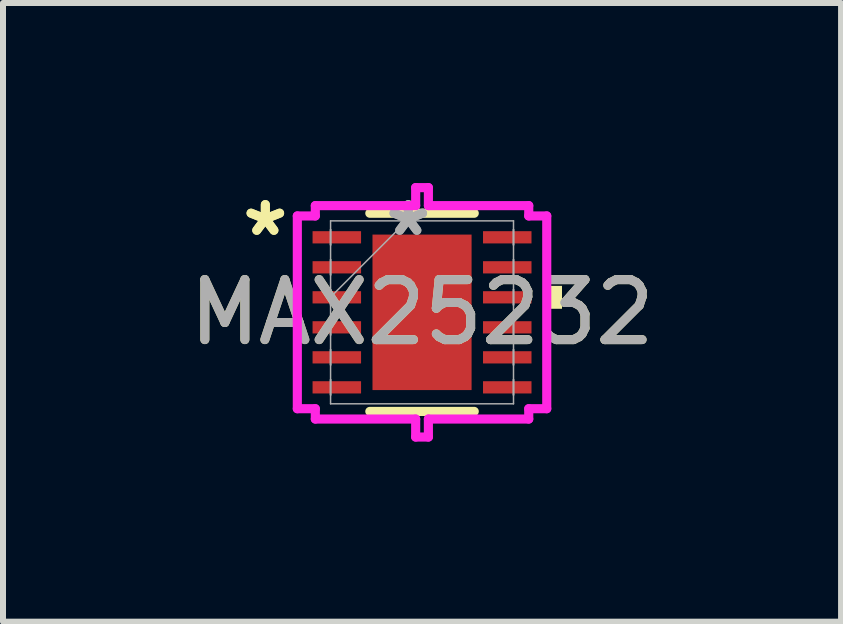
<source format=kicad_pcb>
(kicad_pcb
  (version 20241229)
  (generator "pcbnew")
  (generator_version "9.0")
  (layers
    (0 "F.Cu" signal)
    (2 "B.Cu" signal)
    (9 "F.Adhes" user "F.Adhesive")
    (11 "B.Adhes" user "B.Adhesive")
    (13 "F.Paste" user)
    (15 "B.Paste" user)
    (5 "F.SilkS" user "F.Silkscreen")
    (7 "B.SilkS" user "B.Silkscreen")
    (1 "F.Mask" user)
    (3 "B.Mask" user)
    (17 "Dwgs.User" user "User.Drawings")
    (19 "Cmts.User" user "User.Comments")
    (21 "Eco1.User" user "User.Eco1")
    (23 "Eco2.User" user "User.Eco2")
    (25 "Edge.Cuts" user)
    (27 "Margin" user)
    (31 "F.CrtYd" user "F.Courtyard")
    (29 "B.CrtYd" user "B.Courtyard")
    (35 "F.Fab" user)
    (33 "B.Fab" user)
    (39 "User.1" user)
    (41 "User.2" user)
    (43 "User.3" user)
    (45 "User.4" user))
  (footprint "MAX25232"
    (layer "F.Cu")
    (at 3.982 2.154)
    (property "Reference" "MAX25232" (at 0 0 0) (unlocked yes) (layer "F.SilkS") (effects (font (size 1 1) (thickness 0.15))))
    (attr smd)
    (fp_line (start -0.87 1.651) (end 0.87 1.651) (stroke (width 0.152) (type solid)) (layer "F.SilkS"))
    (fp_line (start 0.87 -1.651) (end -0.87 -1.651) (stroke (width 0.152) (type solid)) (layer "F.SilkS"))
    (fp_poly (pts (xy 2.332 -0.441) (xy 2.332 -0.059) (xy 2.078 -0.059) (xy 2.078 -0.441)) (stroke (width 0) (type solid)) (fill yes) (layer "F.SilkS"))
    (fp_line (start -2.078 -1.606) (end -1.778 -1.606) (stroke (width 0.152) (type solid)) (layer "F.CrtYd"))
    (fp_line (start -2.078 1.606) (end -2.078 -1.606) (stroke (width 0.152) (type solid)) (layer "F.CrtYd"))
    (fp_line (start -1.778 -1.778) (end -0.106 -1.778) (stroke (width 0.152) (type solid)) (layer "F.CrtYd"))
    (fp_line (start -1.778 -1.606) (end -1.778 -1.778) (stroke (width 0.152) (type solid)) (layer "F.CrtYd"))
    (fp_line (start -1.778 1.606) (end -2.078 1.606) (stroke (width 0.152) (type solid)) (layer "F.CrtYd"))
    (fp_line (start -1.778 1.778) (end -1.778 1.606) (stroke (width 0.152) (type solid)) (layer "F.CrtYd"))
    (fp_line (start -0.106 -2.078) (end 0.106 -2.078) (stroke (width 0.152) (type solid)) (layer "F.CrtYd"))
    (fp_line (start -0.106 -1.778) (end -0.106 -2.078) (stroke (width 0.152) (type solid)) (layer "F.CrtYd"))
    (fp_line (start -0.106 1.778) (end -1.778 1.778) (stroke (width 0.152) (type solid)) (layer "F.CrtYd"))
    (fp_line (start -0.106 2.078) (end -0.106 1.778) (stroke (width 0.152) (type solid)) (layer "F.CrtYd"))
    (fp_line (start 0.106 -2.078) (end 0.106 -1.778) (stroke (width 0.152) (type solid)) (layer "F.CrtYd"))
    (fp_line (start 0.106 -1.778) (end 1.778 -1.778) (stroke (width 0.152) (type solid)) (layer "F.CrtYd"))
    (fp_line (start 0.106 1.778) (end 0.106 2.078) (stroke (width 0.152) (type solid)) (layer "F.CrtYd"))
    (fp_line (start 0.106 2.078) (end -0.106 2.078) (stroke (width 0.152) (type solid)) (layer "F.CrtYd"))
    (fp_line (start 1.778 -1.778) (end 1.778 -1.606) (stroke (width 0.152) (type solid)) (layer "F.CrtYd"))
    (fp_line (start 1.778 -1.606) (end 2.078 -1.606) (stroke (width 0.152) (type solid)) (layer "F.CrtYd"))
    (fp_line (start 1.778 1.606) (end 1.778 1.778) (stroke (width 0.152) (type solid)) (layer "F.CrtYd"))
    (fp_line (start 1.778 1.778) (end 0.106 1.778) (stroke (width 0.152) (type solid)) (layer "F.CrtYd"))
    (fp_line (start 2.078 -1.606) (end 2.078 1.606) (stroke (width 0.152) (type solid)) (layer "F.CrtYd"))
    (fp_line (start 2.078 1.606) (end 1.778 1.606) (stroke (width 0.152) (type solid)) (layer "F.CrtYd"))
    (fp_line (start -1.524 -1.524) (end -1.524 1.524) (stroke (width 0.025) (type solid)) (layer "F.Fab"))
    (fp_line (start -1.524 -1.377) (end -1.524 -1.377) (stroke (width 0.025) (type solid)) (layer "F.Fab"))
    (fp_line (start -1.524 -1.377) (end -1.524 -1.123) (stroke (width 0.025) (type solid)) (layer "F.Fab"))
    (fp_line (start -1.524 -1.123) (end -1.524 -1.377) (stroke (width 0.025) (type solid)) (layer "F.Fab"))
    (fp_line (start -1.524 -1.123) (end -1.524 -1.123) (stroke (width 0.025) (type solid)) (layer "F.Fab"))
    (fp_line (start -1.524 -0.877) (end -1.524 -0.877) (stroke (width 0.025) (type solid)) (layer "F.Fab"))
    (fp_line (start -1.524 -0.877) (end -1.524 -0.623) (stroke (width 0.025) (type solid)) (layer "F.Fab"))
    (fp_line (start -1.524 -0.623) (end -1.524 -0.877) (stroke (width 0.025) (type solid)) (layer "F.Fab"))
    (fp_line (start -1.524 -0.623) (end -1.524 -0.623) (stroke (width 0.025) (type solid)) (layer "F.Fab"))
    (fp_line (start -1.524 -0.377) (end -1.524 -0.377) (stroke (width 0.025) (type solid)) (layer "F.Fab"))
    (fp_line (start -1.524 -0.377) (end -1.524 -0.123) (stroke (width 0.025) (type solid)) (layer "F.Fab"))
    (fp_line (start -1.524 -0.254) (end -0.254 -1.524) (stroke (width 0.025) (type solid)) (layer "F.Fab"))
    (fp_line (start -1.524 -0.123) (end -1.524 -0.377) (stroke (width 0.025) (type solid)) (layer "F.Fab"))
    (fp_line (start -1.524 -0.123) (end -1.524 -0.123) (stroke (width 0.025) (type solid)) (layer "F.Fab"))
    (fp_line (start -1.524 0.123) (end -1.524 0.123) (stroke (width 0.025) (type solid)) (layer "F.Fab"))
    (fp_line (start -1.524 0.123) (end -1.524 0.377) (stroke (width 0.025) (type solid)) (layer "F.Fab"))
    (fp_line (start -1.524 0.377) (end -1.524 0.123) (stroke (width 0.025) (type solid)) (layer "F.Fab"))
    (fp_line (start -1.524 0.377) (end -1.524 0.377) (stroke (width 0.025) (type solid)) (layer "F.Fab"))
    (fp_line (start -1.524 0.623) (end -1.524 0.623) (stroke (width 0.025) (type solid)) (layer "F.Fab"))
    (fp_line (start -1.524 0.623) (end -1.524 0.877) (stroke (width 0.025) (type solid)) (layer "F.Fab"))
    (fp_line (start -1.524 0.877) (end -1.524 0.623) (stroke (width 0.025) (type solid)) (layer "F.Fab"))
    (fp_line (start -1.524 0.877) (end -1.524 0.877) (stroke (width 0.025) (type solid)) (layer "F.Fab"))
    (fp_line (start -1.524 1.123) (end -1.524 1.123) (stroke (width 0.025) (type solid)) (layer "F.Fab"))
    (fp_line (start -1.524 1.123) (end -1.524 1.377) (stroke (width 0.025) (type solid)) (layer "F.Fab"))
    (fp_line (start -1.524 1.377) (end -1.524 1.123) (stroke (width 0.025) (type solid)) (layer "F.Fab"))
    (fp_line (start -1.524 1.377) (end -1.524 1.377) (stroke (width 0.025) (type solid)) (layer "F.Fab"))
    (fp_line (start -1.524 1.524) (end 1.524 1.524) (stroke (width 0.025) (type solid)) (layer "F.Fab"))
    (fp_line (start 1.524 -1.524) (end -1.524 -1.524) (stroke (width 0.025) (type solid)) (layer "F.Fab"))
    (fp_line (start 1.524 -1.377) (end 1.524 -1.377) (stroke (width 0.025) (type solid)) (layer "F.Fab"))
    (fp_line (start 1.524 -1.377) (end 1.524 -1.123) (stroke (width 0.025) (type solid)) (layer "F.Fab"))
    (fp_line (start 1.524 -1.123) (end 1.524 -1.377) (stroke (width 0.025) (type solid)) (layer "F.Fab"))
    (fp_line (start 1.524 -1.123) (end 1.524 -1.123) (stroke (width 0.025) (type solid)) (layer "F.Fab"))
    (fp_line (start 1.524 -0.877) (end 1.524 -0.877) (stroke (width 0.025) (type solid)) (layer "F.Fab"))
    (fp_line (start 1.524 -0.877) (end 1.524 -0.623) (stroke (width 0.025) (type solid)) (layer "F.Fab"))
    (fp_line (start 1.524 -0.623) (end 1.524 -0.877) (stroke (width 0.025) (type solid)) (layer "F.Fab"))
    (fp_line (start 1.524 -0.623) (end 1.524 -0.623) (stroke (width 0.025) (type solid)) (layer "F.Fab"))
    (fp_line (start 1.524 -0.377) (end 1.524 -0.377) (stroke (width 0.025) (type solid)) (layer "F.Fab"))
    (fp_line (start 1.524 -0.377) (end 1.524 -0.123) (stroke (width 0.025) (type solid)) (layer "F.Fab"))
    (fp_line (start 1.524 -0.123) (end 1.524 -0.377) (stroke (width 0.025) (type solid)) (layer "F.Fab"))
    (fp_line (start 1.524 -0.123) (end 1.524 -0.123) (stroke (width 0.025) (type solid)) (layer "F.Fab"))
    (fp_line (start 1.524 0.123) (end 1.524 0.123) (stroke (width 0.025) (type solid)) (layer "F.Fab"))
    (fp_line (start 1.524 0.123) (end 1.524 0.377) (stroke (width 0.025) (type solid)) (layer "F.Fab"))
    (fp_line (start 1.524 0.377) (end 1.524 0.123) (stroke (width 0.025) (type solid)) (layer "F.Fab"))
    (fp_line (start 1.524 0.377) (end 1.524 0.377) (stroke (width 0.025) (type solid)) (layer "F.Fab"))
    (fp_line (start 1.524 0.623) (end 1.524 0.623) (stroke (width 0.025) (type solid)) (layer "F.Fab"))
    (fp_line (start 1.524 0.623) (end 1.524 0.877) (stroke (width 0.025) (type solid)) (layer "F.Fab"))
    (fp_line (start 1.524 0.877) (end 1.524 0.623) (stroke (width 0.025) (type solid)) (layer "F.Fab"))
    (fp_line (start 1.524 0.877) (end 1.524 0.877) (stroke (width 0.025) (type solid)) (layer "F.Fab"))
    (fp_line (start 1.524 1.123) (end 1.524 1.123) (stroke (width 0.025) (type solid)) (layer "F.Fab"))
    (fp_line (start 1.524 1.123) (end 1.524 1.377) (stroke (width 0.025) (type solid)) (layer "F.Fab"))
    (fp_line (start 1.524 1.377) (end 1.524 1.123) (stroke (width 0.025) (type solid)) (layer "F.Fab"))
    (fp_line (start 1.524 1.377) (end 1.524 1.377) (stroke (width 0.025) (type solid)) (layer "F.Fab"))
    (fp_line (start 1.524 1.524) (end 1.524 -1.524) (stroke (width 0.025) (type solid)) (layer "F.Fab"))
    (fp_text user "*" (at -2.611 -1.25 0) (unlocked yes) (layer "F.SilkS") (effects (font (size 1 1) (thickness 0.15))))
    (fp_text user "*" (at -2.611 -1.25 0) (layer "F.SilkS") (effects (font (size 1 1) (thickness 0.15))))
    (fp_text user "*" (at -0.229 -1.25 0) (layer "F.Fab") (effects (font (size 1 1) (thickness 0.15))))
    (fp_text user "${REFERENCE}" (at 0 0 0) (unlocked yes) (layer "F.Fab") (effects (font (size 1 1) (thickness 0.15))))
    (fp_text user "*" (at -0.229 -1.25 0) (unlocked yes) (layer "F.Fab") (effects (font (size 1 1) (thickness 0.15))))
    (pad "1" smd rect (at -1.42 -1.25 90) (size 0.204 0.808) (layers "F.Cu" "F.Mask" "F.Paste"))
    (pad "2" smd rect (at -1.42 -0.75 90) (size 0.204 0.808) (layers "F.Cu" "F.Mask" "F.Paste"))
    (pad "3" smd rect (at -1.42 -0.25 90) (size 0.204 0.808) (layers "F.Cu" "F.Mask" "F.Paste"))
    (pad "4" smd rect (at -1.42 0.25 90) (size 0.204 0.808) (layers "F.Cu" "F.Mask" "F.Paste"))
    (pad "5" smd rect (at -1.42 0.75 90) (size 0.204 0.808) (layers "F.Cu" "F.Mask" "F.Paste"))
    (pad "6" smd rect (at -1.42 1.25 90) (size 0.204 0.808) (layers "F.Cu" "F.Mask" "F.Paste"))
    (pad "7" smd rect (at 1.42 1.25 90) (size 0.204 0.808) (layers "F.Cu" "F.Mask" "F.Paste"))
    (pad "8" smd rect (at 1.42 0.75 90) (size 0.204 0.808) (layers "F.Cu" "F.Mask" "F.Paste"))
    (pad "9" smd rect (at 1.42 0.25 90) (size 0.204 0.808) (layers "F.Cu" "F.Mask" "F.Paste"))
    (pad "10" smd rect (at 1.42 -0.25 90) (size 0.204 0.808) (layers "F.Cu" "F.Mask" "F.Paste"))
    (pad "11" smd rect (at 1.42 -0.75 90) (size 0.204 0.808) (layers "F.Cu" "F.Mask" "F.Paste"))
    (pad "12" smd rect (at 1.42 -1.25 90) (size 0.204 0.808) (layers "F.Cu" "F.Mask" "F.Paste"))
    (pad "13" smd rect (at 0 0) (size 1.651 2.591) (layers "F.Cu" "F.Mask" "F.Paste")))
  (gr_rect
    (start -3 -3)
    (end 10.964 7.308)
    (stroke (width 0.1) (type default))
    (fill no)
    (layer "Edge.Cuts")))
</source>
